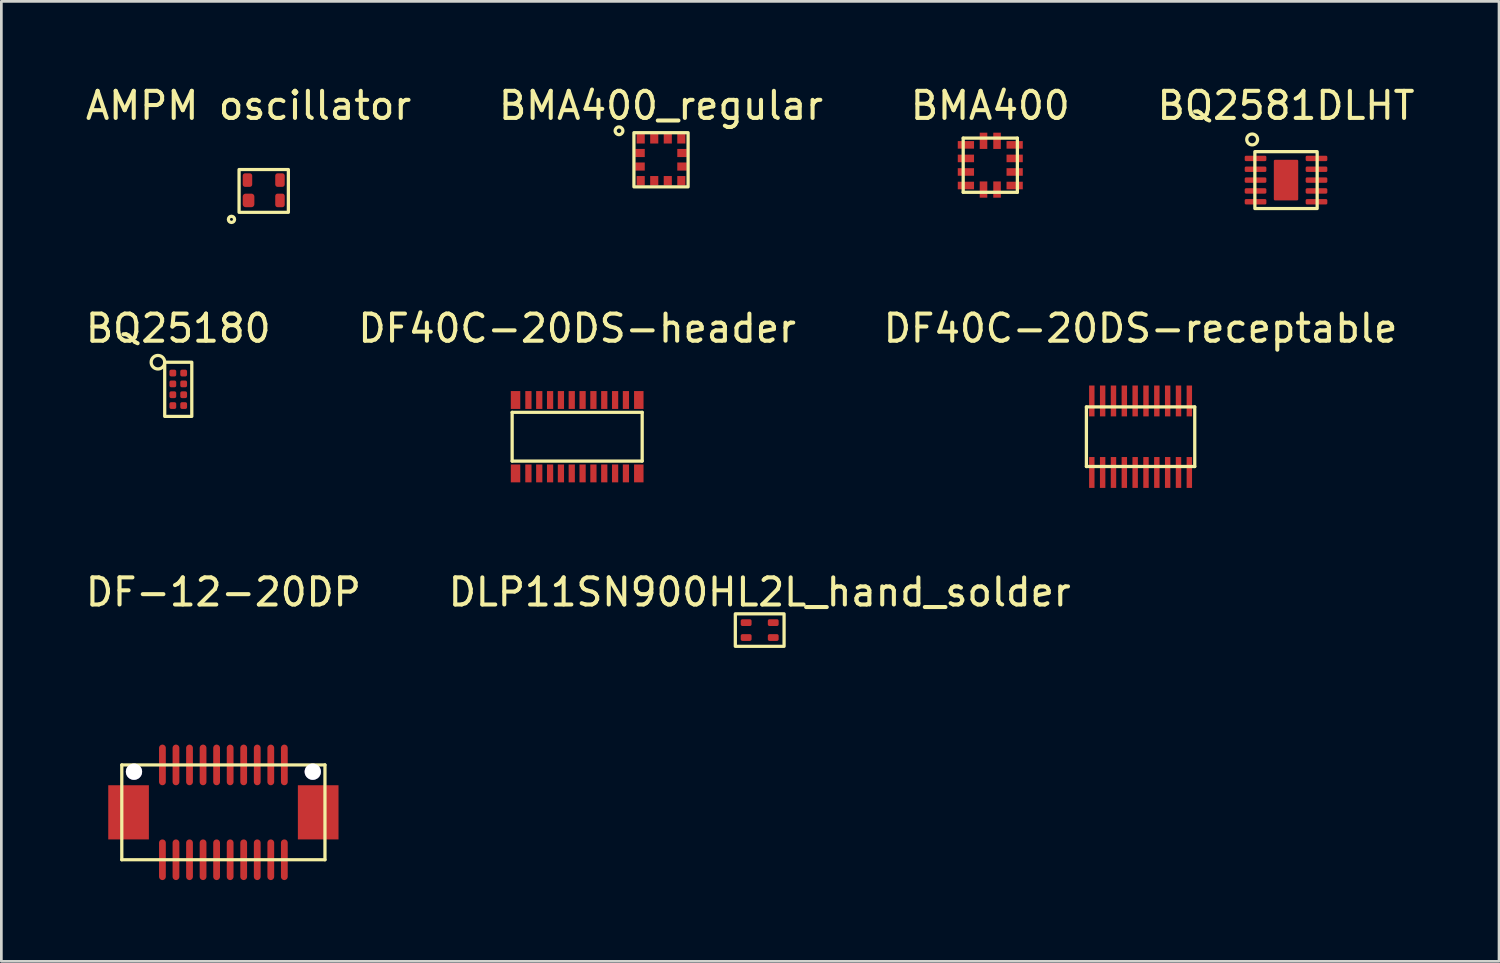
<source format=kicad_pcb>
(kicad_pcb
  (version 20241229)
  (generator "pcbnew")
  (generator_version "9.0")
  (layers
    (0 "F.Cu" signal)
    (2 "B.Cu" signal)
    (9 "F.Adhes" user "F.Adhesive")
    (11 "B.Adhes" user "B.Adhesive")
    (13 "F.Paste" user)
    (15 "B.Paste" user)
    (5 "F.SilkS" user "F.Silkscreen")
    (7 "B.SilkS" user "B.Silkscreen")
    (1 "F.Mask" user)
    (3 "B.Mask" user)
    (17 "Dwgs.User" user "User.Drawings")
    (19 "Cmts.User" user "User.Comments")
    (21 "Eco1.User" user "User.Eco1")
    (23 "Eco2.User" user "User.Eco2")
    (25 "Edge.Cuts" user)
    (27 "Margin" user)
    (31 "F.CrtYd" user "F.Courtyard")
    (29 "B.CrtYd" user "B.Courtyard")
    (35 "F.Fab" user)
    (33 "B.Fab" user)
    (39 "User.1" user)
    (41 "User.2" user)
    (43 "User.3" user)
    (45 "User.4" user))
  (footprint "DF40C-20DS-receptable"
    (layer "F.Cu")
    (at 39.054 13.071)
    (property "Reference" "DF40C-20DS-receptable" (at 0 -4 0) (layer "F.SilkS") (effects (font (size 1 1) (thickness 0.15))))
    (attr through_hole)
    (fp_line (start -2 -1.1) (end 2 -1.1) (stroke (width 0.12) (type solid)) (layer "F.SilkS"))
    (fp_line (start -2 1.1) (end -2 -1.1) (stroke (width 0.12) (type solid)) (layer "F.SilkS"))
    (fp_line (start 2 -1.1) (end 2 1.1) (stroke (width 0.12) (type solid)) (layer "F.SilkS"))
    (fp_line (start 2 1.1) (end -2 1.1) (stroke (width 0.12) (type solid)) (layer "F.SilkS"))
    (pad "1" smd rect (at -1.8 1.32) (size 0.2 1.14) (layers "F.Cu" "F.Mask" "F.Paste"))
    (pad "2" smd rect (at -1.4 1.32) (size 0.2 1.14) (layers "F.Cu" "F.Mask" "F.Paste"))
    (pad "3" smd rect (at -1 1.32) (size 0.2 1.14) (layers "F.Cu" "F.Mask" "F.Paste"))
    (pad "4" smd rect (at -0.6 1.32) (size 0.2 1.14) (layers "F.Cu" "F.Mask" "F.Paste"))
    (pad "5" smd rect (at -0.2 1.32) (size 0.2 1.14) (layers "F.Cu" "F.Mask" "F.Paste"))
    (pad "6" smd rect (at 0.2 1.32) (size 0.2 1.14) (layers "F.Cu" "F.Mask" "F.Paste"))
    (pad "7" smd rect (at 0.6 1.32) (size 0.2 1.14) (layers "F.Cu" "F.Mask" "F.Paste"))
    (pad "8" smd rect (at 1 1.32) (size 0.2 1.14) (layers "F.Cu" "F.Mask" "F.Paste"))
    (pad "9" smd rect (at 1.4 1.32) (size 0.2 1.14) (layers "F.Cu" "F.Mask" "F.Paste"))
    (pad "10" smd rect (at 1.8 1.32) (size 0.2 1.14) (layers "F.Cu" "F.Mask" "F.Paste"))
    (pad "11" smd rect (at 1.8 -1.32) (size 0.2 1.14) (layers "F.Cu" "F.Mask" "F.Paste"))
    (pad "12" smd rect (at 1.4 -1.32) (size 0.2 1.14) (layers "F.Cu" "F.Mask" "F.Paste"))
    (pad "13" smd rect (at 1 -1.32) (size 0.2 1.14) (layers "F.Cu" "F.Mask" "F.Paste"))
    (pad "14" smd rect (at 0.6 -1.32) (size 0.2 1.14) (layers "F.Cu" "F.Mask" "F.Paste"))
    (pad "15" smd rect (at 0.2 -1.32) (size 0.2 1.14) (layers "F.Cu" "F.Mask" "F.Paste"))
    (pad "16" smd rect (at -0.2 -1.32) (size 0.2 1.14) (layers "F.Cu" "F.Mask" "F.Paste"))
    (pad "17" smd rect (at -0.6 -1.32) (size 0.2 1.14) (layers "F.Cu" "F.Mask" "F.Paste"))
    (pad "18" smd rect (at -1 -1.32) (size 0.2 1.14) (layers "F.Cu" "F.Mask" "F.Paste"))
    (pad "19" smd rect (at -1.4 -1.32) (size 0.2 1.14) (layers "F.Cu" "F.Mask" "F.Paste"))
    (pad "20" smd rect (at -1.8 -1.32) (size 0.2 1.14) (layers "F.Cu" "F.Mask" "F.Paste")))
  (footprint "AMPM oscillator"
    (layer "F.Cu")
    (at 6.125 4.348)
    (property "Reference" "AMPM oscillator" (at 0 -3.5 0) (unlocked yes) (layer "F.SilkS") (effects (font (size 1 1) (thickness 0.15))))
    (attr smd)
    (fp_rect (start -0.35 -1.14) (end 1.47 0.44) (stroke (width 0.12) (type solid)) (fill no) (layer "F.SilkS"))
    (fp_circle (center -0.63 0.7) (end -0.7 0.79) (stroke (width 0.12) (type solid)) (fill no) (layer "F.SilkS"))
    (pad "1" smd roundrect (at 0 0) (size 0.43 0.5) (layers "F.Cu" "F.Mask" "F.Paste") (roundrect_rratio 0.25))
    (pad "2" smd roundrect (at 1.16 0) (size 0.35 0.5) (layers "F.Cu" "F.Mask" "F.Paste") (roundrect_rratio 0.25))
    (pad "3" smd roundrect (at 1.16 -0.75) (size 0.35 0.5) (layers "F.Cu" "F.Mask" "F.Paste") (roundrect_rratio 0.25))
    (pad "4" smd roundrect (at -0.04 -0.75) (size 0.35 0.5) (layers "F.Cu" "F.Mask" "F.Paste") (roundrect_rratio 0.25)))
  (footprint "BMA400_regular"
    (layer "F.Cu")
    (at 21.351 2.848)
    (property "Reference" "BMA400_regular" (at 0 -2 0) (layer "F.SilkS") (effects (font (size 1 1) (thickness 0.15))))
    (attr through_hole)
    (fp_rect (start -1 -1) (end 1 1) (stroke (width 0.12) (type solid)) (fill no) (layer "F.SilkS"))
    (fp_circle (center -1.55 -1.07) (end -1.64 -0.96) (stroke (width 0.12) (type solid)) (fill no) (layer "F.SilkS"))
    (pad "1" smd rect (at -0.75 0.775 180) (size 0.3 0.35) (layers "F.Cu" "F.Mask" "F.Paste"))
    (pad "2" smd rect (at -0.25 0.775 180) (size 0.3 0.35) (layers "F.Cu" "F.Mask" "F.Paste"))
    (pad "3" smd rect (at 0.25 0.775 180) (size 0.3 0.35) (layers "F.Cu" "F.Mask" "F.Paste"))
    (pad "4" smd rect (at 0.75 0.775 180) (size 0.3 0.35) (layers "F.Cu" "F.Mask" "F.Paste"))
    (pad "5" smd rect (at 0.775 0.25 270) (size 0.3 0.35) (layers "F.Cu" "F.Mask" "F.Paste"))
    (pad "6" smd rect (at 0.775 -0.25 270) (size 0.3 0.35) (layers "F.Cu" "F.Mask" "F.Paste"))
    (pad "7" smd rect (at 0.75 -0.775 180) (size 0.3 0.35) (layers "F.Cu" "F.Mask" "F.Paste"))
    (pad "8" smd rect (at 0.25 -0.775 180) (size 0.3 0.35) (layers "F.Cu" "F.Mask" "F.Paste"))
    (pad "9" smd rect (at -0.25 -0.775 180) (size 0.3 0.35) (layers "F.Cu" "F.Mask" "F.Paste"))
    (pad "10" smd rect (at -0.75 -0.775 180) (size 0.3 0.35) (layers "F.Cu" "F.Mask" "F.Paste"))
    (pad "11" smd rect (at -0.775 -0.25 270) (size 0.3 0.35) (layers "F.Cu" "F.Mask" "F.Paste"))
    (pad "12" smd rect (at -0.775 0.25 270) (size 0.3 0.35) (layers "F.Cu" "F.Mask" "F.Paste")))
  (footprint "DLP11SN900HL2L_hand_solder"
    (layer "F.Cu")
    (at 24.994 20.209)
    (property "Reference" "DLP11SN900HL2L_hand_solder" (at 0 -1.4 0) (unlocked yes) (layer "F.SilkS") (effects (font (size 1 1) (thickness 0.15))))
    (attr smd)
    (fp_rect (start -0.9 -0.6) (end 0.9 0.6) (stroke (width 0.12) (type solid)) (fill no) (layer "F.SilkS"))
    (pad "1" smd roundrect (at -0.5 -0.275) (size 0.4 0.25) (layers "F.Cu" "F.Mask" "F.Paste") (roundrect_rratio 0.25))
    (pad "2" smd roundrect (at 0.5 -0.275) (size 0.4 0.25) (layers "F.Cu" "F.Mask" "F.Paste") (roundrect_rratio 0.25))
    (pad "3" smd roundrect (at 0.5 0.275) (size 0.4 0.25) (layers "F.Cu" "F.Mask" "F.Paste") (roundrect_rratio 0.25))
    (pad "4" smd roundrect (at -0.5 0.275) (size 0.4 0.25) (layers "F.Cu" "F.Mask" "F.Paste") (roundrect_rratio 0.25)))
  (footprint "BQ25180"
    (layer "F.Cu")
    (at 3.53 11.321)
    (property "Reference" "BQ25180" (at 0 -2.25 0) (unlocked yes) (layer "F.SilkS") (effects (font (size 1 1) (thickness 0.15))))
    (attr smd)
    (fp_rect (start -0.5 -1) (end 0.5 1) (stroke (width 0.12) (type solid)) (fill no) (layer "F.SilkS"))
    (fp_circle (center -0.75 -1) (end -0.75 -0.75) (stroke (width 0.12) (type solid)) (fill no) (layer "F.SilkS"))
    (pad "1" smd roundrect (at -0.2 -0.6) (size 0.25 0.25) (layers "F.Cu" "F.Mask" "F.Paste") (roundrect_rratio 0.25))
    (pad "2" smd roundrect (at -0.2 -0.2) (size 0.25 0.25) (layers "F.Cu" "F.Mask" "F.Paste") (roundrect_rratio 0.25))
    (pad "3" smd roundrect (at -0.2 0.2) (size 0.25 0.25) (layers "F.Cu" "F.Mask" "F.Paste") (roundrect_rratio 0.25))
    (pad "4" smd roundrect (at -0.2 0.6) (size 0.25 0.25) (layers "F.Cu" "F.Mask" "F.Paste") (roundrect_rratio 0.25))
    (pad "5" smd roundrect (at 0.2 -0.6) (size 0.25 0.25) (layers "F.Cu" "F.Mask" "F.Paste") (roundrect_rratio 0.25))
    (pad "6" smd roundrect (at 0.2 -0.2) (size 0.25 0.25) (layers "F.Cu" "F.Mask" "F.Paste") (roundrect_rratio 0.25))
    (pad "7" smd roundrect (at 0.2 0.2) (size 0.25 0.25) (layers "F.Cu" "F.Mask" "F.Paste") (roundrect_rratio 0.25))
    (pad "8" smd roundrect (at 0.2 0.6) (size 0.25 0.25) (layers "F.Cu" "F.Mask" "F.Paste") (roundrect_rratio 0.25)))
  (footprint "DF40C-20DS-header"
    (layer "F.Cu")
    (at 18.256 13.071)
    (property "Reference" "DF40C-20DS-header" (at 0 -4 0) (layer "F.SilkS") (effects (font (size 1 1) (thickness 0.15))))
    (attr through_hole)
    (fp_line (start -2.4 -0.9) (end -2.4 0.9) (stroke (width 0.12) (type solid)) (layer "F.SilkS"))
    (fp_line (start -2.4 0.9) (end 2.4 0.9) (stroke (width 0.12) (type solid)) (layer "F.SilkS"))
    (fp_line (start 2.4 -0.9) (end -2.4 -0.9) (stroke (width 0.12) (type solid)) (layer "F.SilkS"))
    (fp_line (start 2.4 0.9) (end 2.4 -0.9) (stroke (width 0.12) (type solid)) (layer "F.SilkS"))
    (pad "1" smd rect (at -1.8 1.355) (size 0.23 0.66) (layers "F.Cu" "F.Mask" "F.Paste"))
    (pad "2" smd rect (at -1.4 1.355) (size 0.23 0.66) (layers "F.Cu" "F.Mask" "F.Paste"))
    (pad "3" smd rect (at -1 1.355) (size 0.23 0.66) (layers "F.Cu" "F.Mask" "F.Paste"))
    (pad "4" smd rect (at -0.6 1.355) (size 0.23 0.66) (layers "F.Cu" "F.Mask" "F.Paste"))
    (pad "5" smd rect (at -0.2 1.355) (size 0.23 0.66) (layers "F.Cu" "F.Mask" "F.Paste"))
    (pad "6" smd rect (at 0.2 1.355) (size 0.23 0.66) (layers "F.Cu" "F.Mask" "F.Paste"))
    (pad "7" smd rect (at 0.6 1.355) (size 0.23 0.66) (layers "F.Cu" "F.Mask" "F.Paste"))
    (pad "8" smd rect (at 1 1.355) (size 0.23 0.66) (layers "F.Cu" "F.Mask" "F.Paste"))
    (pad "9" smd rect (at 1.4 1.355) (size 0.23 0.66) (layers "F.Cu" "F.Mask" "F.Paste"))
    (pad "10" smd rect (at 1.8 1.355) (size 0.23 0.66) (layers "F.Cu" "F.Mask" "F.Paste"))
    (pad "11" smd rect (at 1.8 -1.355) (size 0.23 0.66) (layers "F.Cu" "F.Mask" "F.Paste"))
    (pad "12" smd rect (at 1.4 -1.355) (size 0.23 0.66) (layers "F.Cu" "F.Mask" "F.Paste"))
    (pad "13" smd rect (at 1 -1.355) (size 0.23 0.66) (layers "F.Cu" "F.Mask" "F.Paste"))
    (pad "14" smd rect (at 0.6 -1.355) (size 0.23 0.66) (layers "F.Cu" "F.Mask" "F.Paste"))
    (pad "15" smd rect (at 0.2 -1.355) (size 0.23 0.66) (layers "F.Cu" "F.Mask" "F.Paste"))
    (pad "16" smd rect (at -0.2 -1.355) (size 0.23 0.66) (layers "F.Cu" "F.Mask" "F.Paste"))
    (pad "17" smd rect (at -0.6 -1.355) (size 0.23 0.66) (layers "F.Cu" "F.Mask" "F.Paste"))
    (pad "18" smd rect (at -1 -1.355) (size 0.23 0.66) (layers "F.Cu" "F.Mask" "F.Paste"))
    (pad "19" smd rect (at -1.4 -1.355) (size 0.23 0.66) (layers "F.Cu" "F.Mask" "F.Paste"))
    (pad "20" smd rect (at -1.8 -1.355) (size 0.23 0.66) (layers "F.Cu" "F.Mask" "F.Paste"))
    (pad "21" smd rect (at -2.275 1.355) (size 0.35 0.66) (layers "F.Cu" "F.Mask" "F.Paste"))
    (pad "22" smd rect (at 2.275 -1.355) (size 0.35 0.66) (layers "F.Cu" "F.Mask" "F.Paste"))
    (pad "22" smd rect (at 2.275 1.355) (size 0.35 0.66) (layers "F.Cu" "F.Mask" "F.Paste"))
    (pad "24" smd rect (at -2.275 -1.355) (size 0.35 0.66) (layers "F.Cu" "F.Mask" "F.Paste")))
  (footprint "BQ2581DLHT"
    (layer "F.Cu")
    (at 44.423 3.598)
    (property "Reference" "BQ2581DLHT" (at 0 -2.75 0) (unlocked yes) (layer "F.SilkS") (effects (font (size 1 1) (thickness 0.15))))
    (attr smd)
    (fp_rect (start -1.15 -1.05) (end 1.15 1.05) (stroke (width 0.12) (type solid)) (fill no) (layer "F.SilkS"))
    (fp_circle (center -1.25 -1.5) (end -1.05 -1.5) (stroke (width 0.12) (type solid)) (fill no) (layer "F.SilkS"))
    (pad "1" smd roundrect (at -1.125 -0.8) (size 0.8 0.2) (layers "F.Cu" "F.Mask" "F.Paste") (roundrect_rratio 0.25))
    (pad "2" smd roundrect (at -1.125 -0.4) (size 0.8 0.2) (layers "F.Cu" "F.Mask" "F.Paste") (roundrect_rratio 0.25))
    (pad "3" smd roundrect (at -1.125 0) (size 0.8 0.2) (layers "F.Cu" "F.Mask" "F.Paste") (roundrect_rratio 0.25))
    (pad "4" smd roundrect (at -1.125 0.4) (size 0.8 0.2) (layers "F.Cu" "F.Mask" "F.Paste") (roundrect_rratio 0.25))
    (pad "5" smd roundrect (at -1.125 0.8) (size 0.8 0.2) (layers "F.Cu" "F.Mask" "F.Paste") (roundrect_rratio 0.25))
    (pad "6" smd roundrect (at 1.125 0.8 180) (size 0.8 0.2) (layers "F.Cu" "F.Mask" "F.Paste") (roundrect_rratio 0.25))
    (pad "7" smd roundrect (at 1.125 0.4 180) (size 0.8 0.2) (layers "F.Cu" "F.Mask" "F.Paste") (roundrect_rratio 0.25))
    (pad "8" smd roundrect (at 1.125 0 180) (size 0.8 0.2) (layers "F.Cu" "F.Mask" "F.Paste") (roundrect_rratio 0.25))
    (pad "9" smd roundrect (at 1.125 -0.4 180) (size 0.8 0.2) (layers "F.Cu" "F.Mask" "F.Paste") (roundrect_rratio 0.25))
    (pad "10" smd roundrect (at 1.125 -0.8 180) (size 0.8 0.2) (layers "F.Cu" "F.Mask" "F.Paste") (roundrect_rratio 0.25))
    (pad "11" smd roundrect (at 0 0) (size 0.9 1.5) (layers "F.Cu" "F.Mask" "F.Paste") (roundrect_rratio 0.05)))
  (footprint "DF-12-20DP"
    (layer "F.Cu")
    (at 5.196 26.937)
    (property "Reference" "DF-12-20DP" (at 0 -8.128 0) (layer "F.SilkS") (effects (font (size 1 1) (thickness 0.15))))
    (attr through_hole)
    (fp_line (start -3.75 -1.75) (end 3.75 -1.75) (stroke (width 0.12) (type solid)) (layer "F.SilkS"))
    (fp_line (start -3.75 1.75) (end -3.75 -1.75) (stroke (width 0.12) (type solid)) (layer "F.SilkS"))
    (fp_line (start 3.75 -1.75) (end 3.75 1.75) (stroke (width 0.12) (type solid)) (layer "F.SilkS"))
    (fp_line (start 3.75 1.75) (end -3.75 1.75) (stroke (width 0.12) (type solid)) (layer "F.SilkS"))
    (pad "1" smd oval (at -2.25 1.75) (size 0.25 1.5) (layers "F.Cu" "F.Mask" "F.Paste"))
    (pad "2" smd oval (at -1.75 1.75) (size 0.25 1.5) (layers "F.Cu" "F.Mask" "F.Paste"))
    (pad "3" smd oval (at -1.25 1.75) (size 0.25 1.5) (layers "F.Cu" "F.Mask" "F.Paste"))
    (pad "4" smd oval (at -0.75 1.75) (size 0.25 1.5) (layers "F.Cu" "F.Mask" "F.Paste"))
    (pad "5" smd oval (at -0.25 1.75) (size 0.25 1.5) (layers "F.Cu" "F.Mask" "F.Paste"))
    (pad "6" smd oval (at 0.25 1.75) (size 0.25 1.5) (layers "F.Cu" "F.Mask" "F.Paste"))
    (pad "7" smd oval (at 0.75 1.75) (size 0.25 1.5) (layers "F.Cu" "F.Mask" "F.Paste"))
    (pad "8" smd oval (at 1.25 1.75) (size 0.25 1.5) (layers "F.Cu" "F.Mask" "F.Paste"))
    (pad "9" smd oval (at 1.75 1.75) (size 0.25 1.5) (layers "F.Cu" "F.Mask" "F.Paste"))
    (pad "10" smd oval (at 2.25 1.75) (size 0.25 1.5) (layers "F.Cu" "F.Mask" "F.Paste"))
    (pad "11" smd oval (at 2.25 -1.75) (size 0.25 1.5) (layers "F.Cu" "F.Mask" "F.Paste"))
    (pad "12" smd oval (at 1.75 -1.75) (size 0.25 1.5) (layers "F.Cu" "F.Mask" "F.Paste"))
    (pad "13" smd oval (at 1.25 -1.75) (size 0.25 1.5) (layers "F.Cu" "F.Mask" "F.Paste"))
    (pad "14" smd oval (at 0.75 -1.75) (size 0.25 1.5) (layers "F.Cu" "F.Mask" "F.Paste"))
    (pad "15" smd oval (at 0.25 -1.75) (size 0.25 1.5) (layers "F.Cu" "F.Mask" "F.Paste"))
    (pad "16" smd oval (at -0.25 -1.75) (size 0.25 1.5) (layers "F.Cu" "F.Mask" "F.Paste"))
    (pad "17" smd oval (at -0.75 -1.75) (size 0.25 1.5) (layers "F.Cu" "F.Mask" "F.Paste"))
    (pad "18" smd oval (at -1.25 -1.75) (size 0.25 1.5) (layers "F.Cu" "F.Mask" "F.Paste"))
    (pad "19" smd oval (at -1.75 -1.75) (size 0.25 1.5) (layers "F.Cu" "F.Mask" "F.Paste"))
    (pad "20" smd oval (at -2.25 -1.75) (size 0.25 1.5) (layers "F.Cu" "F.Mask" "F.Paste"))
    (pad "21" smd rect (at -3.5 0) (size 1.5 2) (layers "F.Cu" "F.Mask" "F.Paste"))
    (pad "22" smd rect (at 3.5 0) (size 1.5 2) (layers "F.Cu" "F.Mask" "F.Paste"))
    (pad "23" thru_hole circle (at 3.3 -1.5) (size 0.6 0.6) (drill 0.6) (layers "*.Cu" "*.Mask"))
    (pad "24" thru_hole circle (at -3.3 -1.5) (size 0.6 0.6) (drill 0.6) (layers "*.Cu" "*.Mask")))
  (footprint "BMA400"
    (layer "F.Cu")
    (at 33.506 3.048)
    (property "Reference" "BMA400" (at 0 -2.2 0) (layer "F.SilkS") (effects (font (size 1 1) (thickness 0.15))))
    (attr through_hole)
    (fp_line (start -1 -1) (end -1 1) (stroke (width 0.12) (type solid)) (layer "F.SilkS"))
    (fp_line (start -1 1) (end 1 1) (stroke (width 0.12) (type solid)) (layer "F.SilkS"))
    (fp_line (start 1 -1) (end -1 -1) (stroke (width 0.12) (type solid)) (layer "F.SilkS"))
    (fp_line (start 1 1) (end 1 -1) (stroke (width 0.12) (type solid)) (layer "F.SilkS"))
    (pad "1" smd rect (at -0.9 -0.75) (size 0.6 0.28) (layers "F.Cu" "F.Mask" "F.Paste"))
    (pad "2" smd rect (at -0.9 -0.25) (size 0.6 0.28) (layers "F.Cu" "F.Mask" "F.Paste"))
    (pad "3" smd rect (at -0.9 0.25) (size 0.6 0.28) (layers "F.Cu" "F.Mask" "F.Paste"))
    (pad "4" smd rect (at -0.9 0.75) (size 0.6 0.28) (layers "F.Cu" "F.Mask" "F.Paste"))
    (pad "5" smd rect (at -0.25 0.9 90) (size 0.6 0.28) (layers "F.Cu" "F.Mask" "F.Paste"))
    (pad "6" smd rect (at 0.25 0.9 90) (size 0.6 0.28) (layers "F.Cu" "F.Mask" "F.Paste"))
    (pad "7" smd rect (at 0.9 0.75 180) (size 0.6 0.28) (layers "F.Cu" "F.Mask" "F.Paste"))
    (pad "8" smd rect (at 0.9 0.25 180) (size 0.6 0.28) (layers "F.Cu" "F.Mask" "F.Paste"))
    (pad "9" smd rect (at 0.9 -0.25 180) (size 0.6 0.28) (layers "F.Cu" "F.Mask" "F.Paste"))
    (pad "10" smd rect (at 0.9 -0.75 180) (size 0.6 0.28) (layers "F.Cu" "F.Mask" "F.Paste"))
    (pad "11" smd rect (at 0.25 -0.9 270) (size 0.6 0.28) (layers "F.Cu" "F.Mask" "F.Paste"))
    (pad "12" smd rect (at -0.25 -0.9 270) (size 0.6 0.28) (layers "F.Cu" "F.Mask" "F.Paste")))
  (gr_rect
    (start -3 -3)
    (end 52.286 32.437)
    (stroke (width 0.1) (type default))
    (fill no)
    (layer "Edge.Cuts")))
</source>
